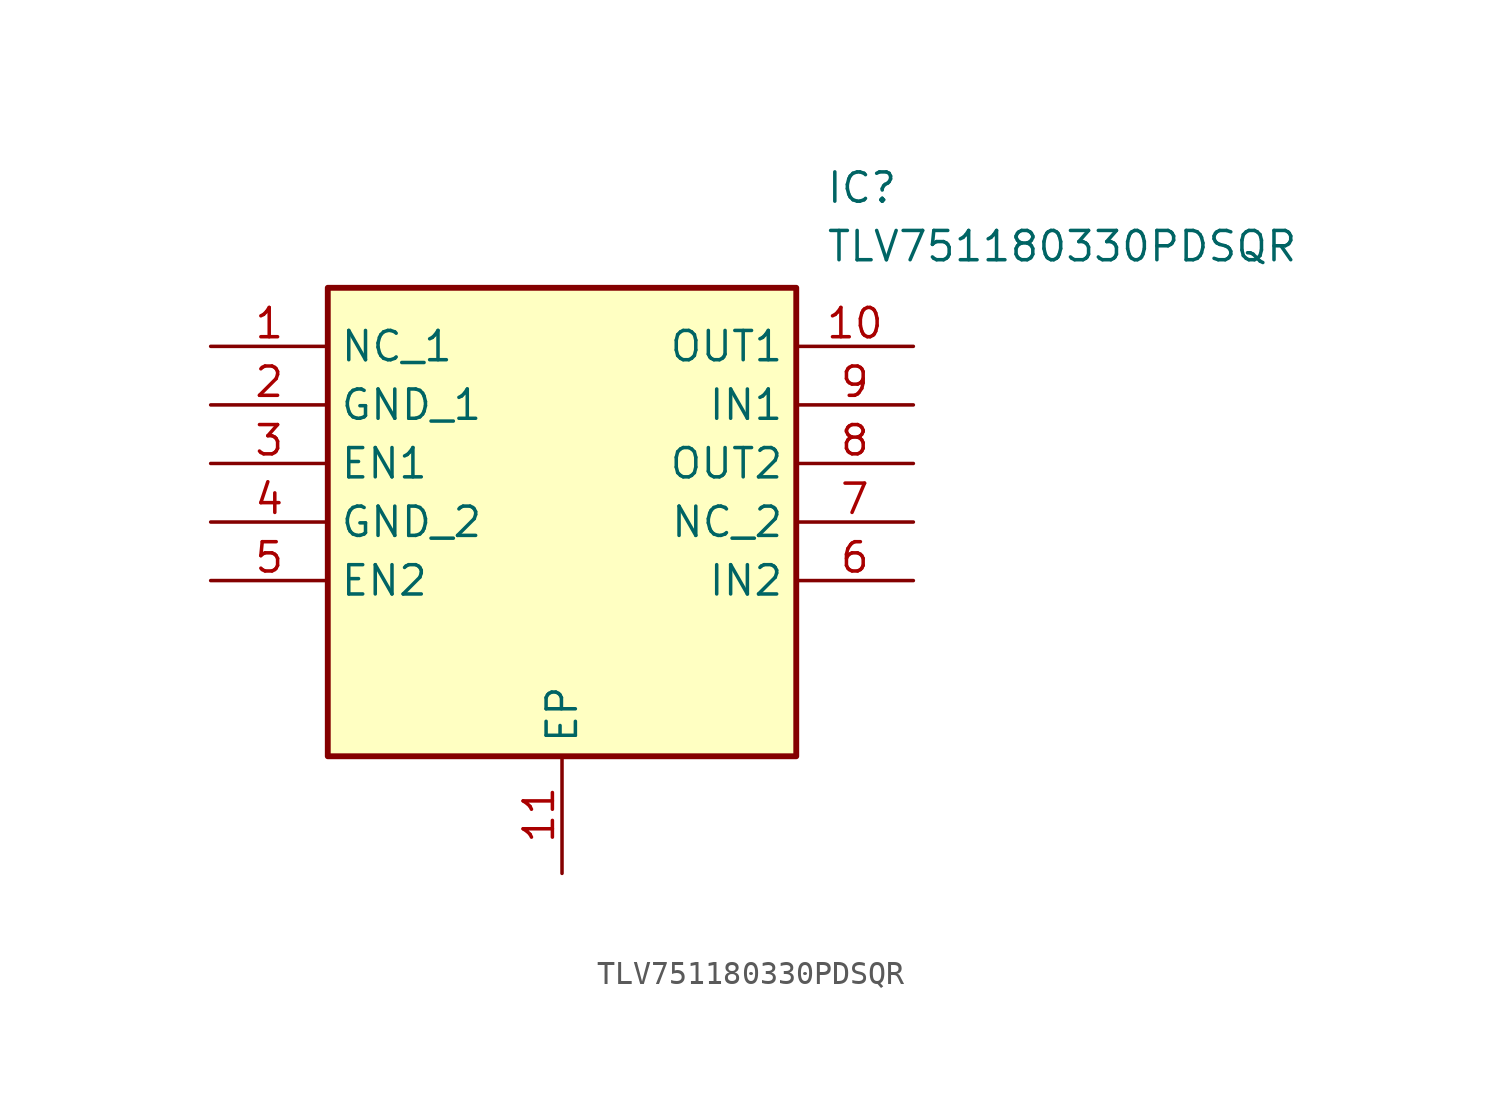
<source format=kicad_sym>
(kicad_symbol_lib
  (version 20211014)
  (generator SamacSys_ECAD_Model)
  (symbol "TLV751180330PDSQR"
    (property "Reference" "IC"
      (at 26.67 7.62 0)
      (effects (font (size 1.27 1.27)) (justify left top)))
    (property "Value" "TLV751180330PDSQR"
      (at 26.67 5.08 0)
      (effects (font (size 1.27 1.27)) (justify left top)))
    (rectangle
      (start 5.08 2.54)
      (end 25.4 -17.78)
      (stroke (width 0.254) (type default))
      (fill (type background)))
    (pin passive line
      (at 0 0 0)
      (length 5.08)
      (name "NC_1" (effects (font (size 1.27 1.27))))
      (number "1" (effects (font (size 1.27 1.27)))))
    (pin passive line
      (at 0 -2.54 0)
      (length 5.08)
      (name "GND_1" (effects (font (size 1.27 1.27))))
      (number "2" (effects (font (size 1.27 1.27)))))
    (pin passive line
      (at 0 -5.08 0)
      (length 5.08)
      (name "EN1" (effects (font (size 1.27 1.27))))
      (number "3" (effects (font (size 1.27 1.27)))))
    (pin passive line
      (at 0 -7.62 0)
      (length 5.08)
      (name "GND_2" (effects (font (size 1.27 1.27))))
      (number "4" (effects (font (size 1.27 1.27)))))
    (pin passive line
      (at 0 -10.16 0)
      (length 5.08)
      (name "EN2" (effects (font (size 1.27 1.27))))
      (number "5" (effects (font (size 1.27 1.27)))))
    (pin passive line
      (at 15.24 -22.86 90)
      (length 5.08)
      (name "EP" (effects (font (size 1.27 1.27))))
      (number "11" (effects (font (size 1.27 1.27)))))
    (pin passive line
      (at 30.48 0 180)
      (length 5.08)
      (name "OUT1" (effects (font (size 1.27 1.27))))
      (number "10" (effects (font (size 1.27 1.27)))))
    (pin passive line
      (at 30.48 -2.54 180)
      (length 5.08)
      (name "IN1" (effects (font (size 1.27 1.27))))
      (number "9" (effects (font (size 1.27 1.27)))))
    (pin passive line
      (at 30.48 -5.08 180)
      (length 5.08)
      (name "OUT2" (effects (font (size 1.27 1.27))))
      (number "8" (effects (font (size 1.27 1.27)))))
    (pin passive line
      (at 30.48 -7.62 180)
      (length 5.08)
      (name "NC_2" (effects (font (size 1.27 1.27))))
      (number "7" (effects (font (size 1.27 1.27)))))
    (pin passive line
      (at 30.48 -10.16 180)
      (length 5.08)
      (name "IN2" (effects (font (size 1.27 1.27))))
      (number "6" (effects (font (size 1.27 1.27)))))))
</source>
